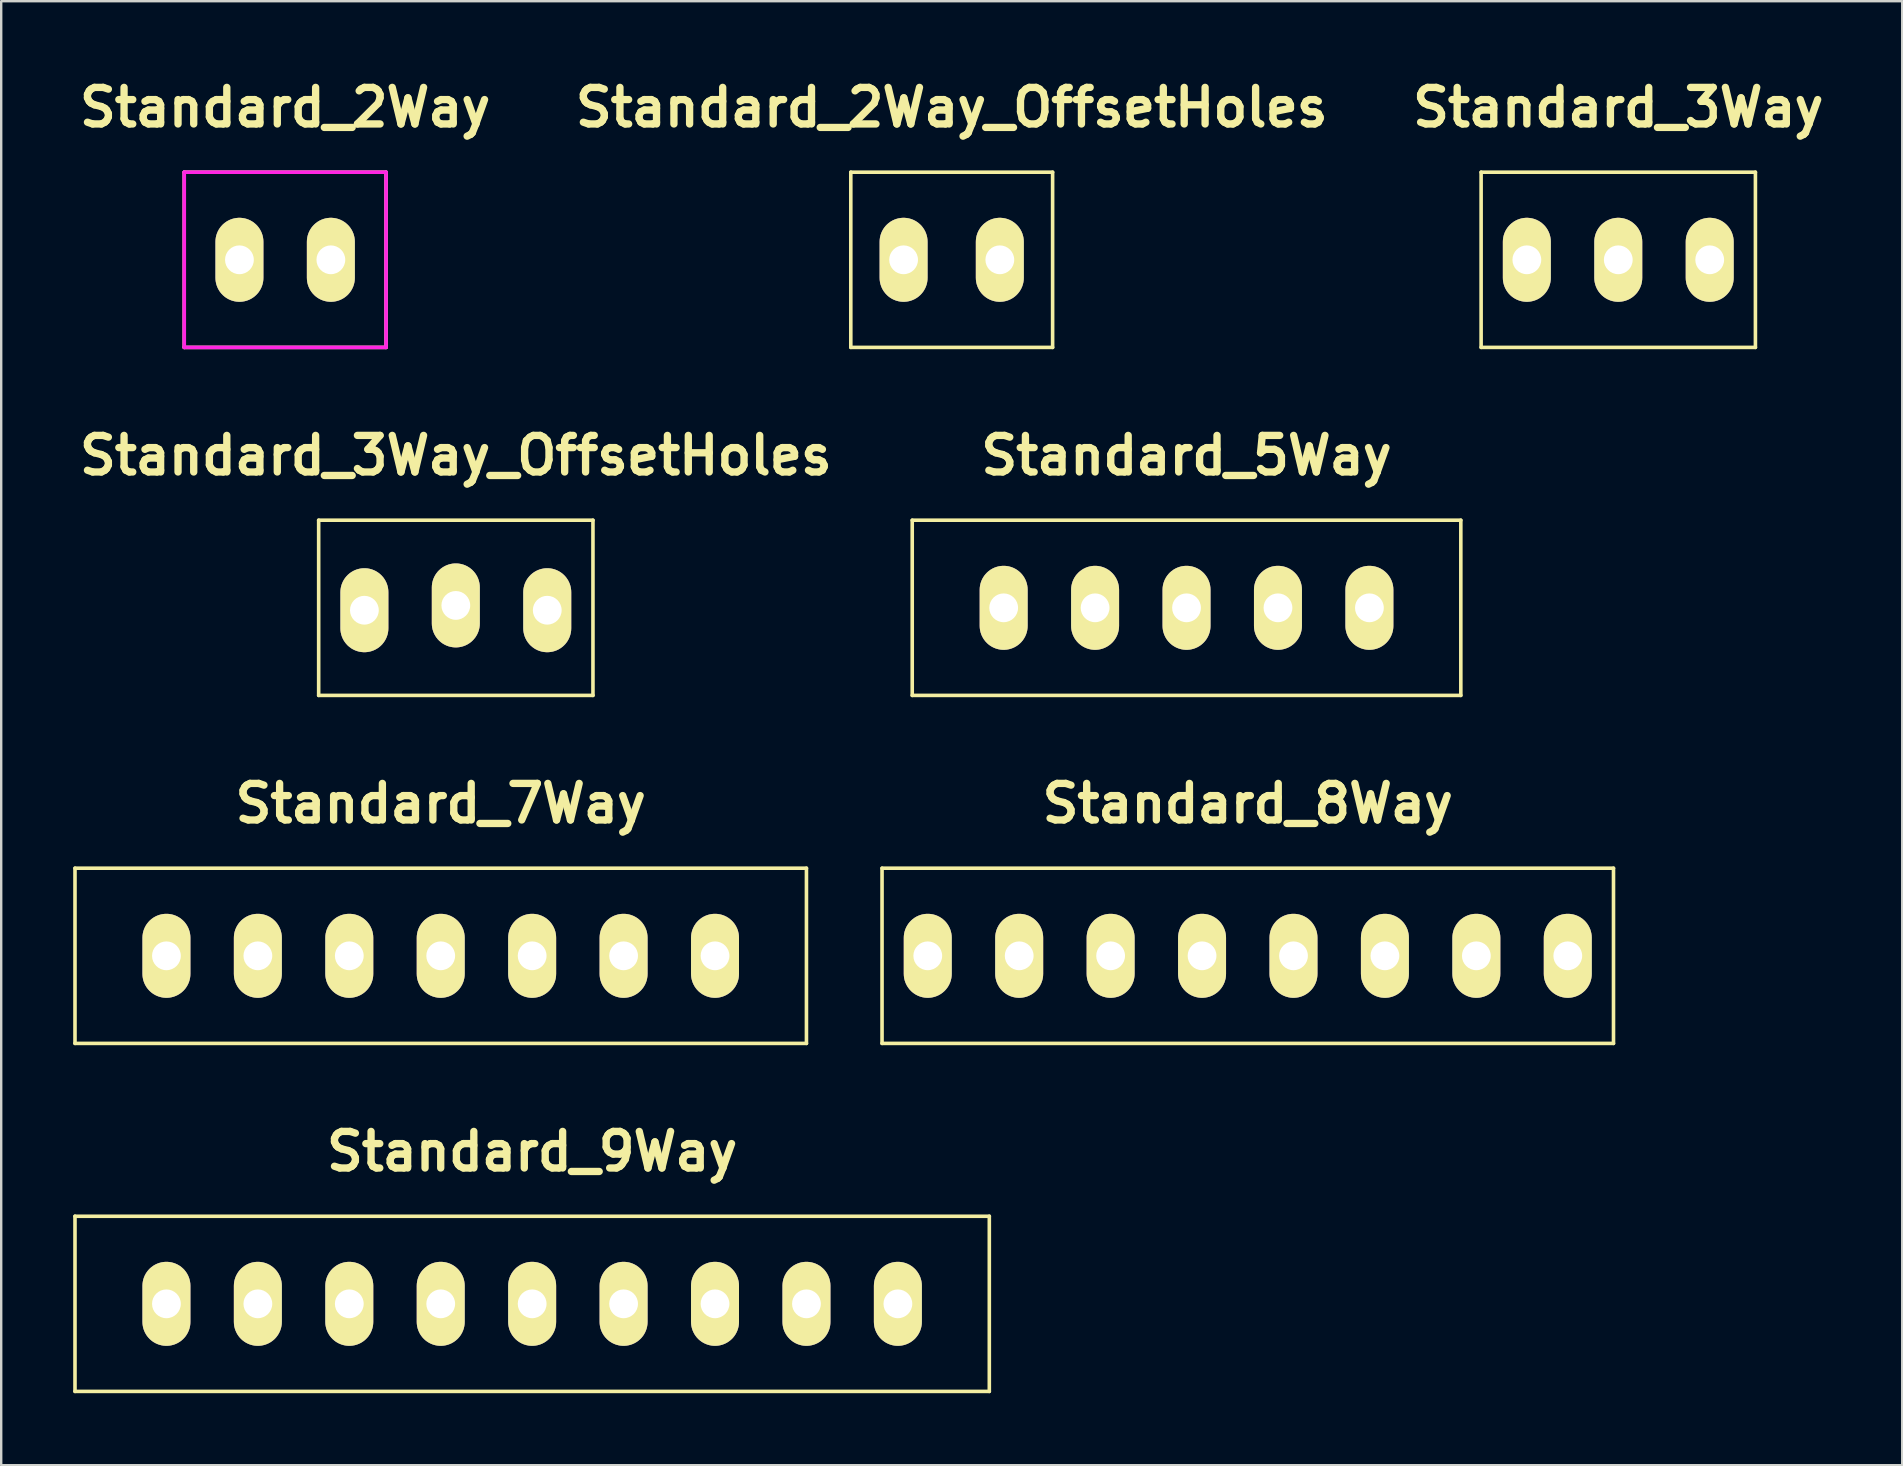
<source format=kicad_pcb>
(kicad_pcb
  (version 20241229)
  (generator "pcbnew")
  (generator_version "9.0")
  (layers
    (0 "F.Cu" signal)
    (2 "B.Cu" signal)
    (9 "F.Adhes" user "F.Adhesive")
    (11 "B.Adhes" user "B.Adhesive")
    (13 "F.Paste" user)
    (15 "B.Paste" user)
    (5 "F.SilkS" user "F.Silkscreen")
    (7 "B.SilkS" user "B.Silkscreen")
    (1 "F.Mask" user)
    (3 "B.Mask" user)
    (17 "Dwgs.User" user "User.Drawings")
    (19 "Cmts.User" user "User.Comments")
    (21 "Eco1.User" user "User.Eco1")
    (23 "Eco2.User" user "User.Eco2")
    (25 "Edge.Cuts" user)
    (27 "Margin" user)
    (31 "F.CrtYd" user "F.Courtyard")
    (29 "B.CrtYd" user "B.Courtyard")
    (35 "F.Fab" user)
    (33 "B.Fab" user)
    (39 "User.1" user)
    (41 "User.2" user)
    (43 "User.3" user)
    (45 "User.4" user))
  (footprint "Standard_7Way"
    (layer "F.Cu")
    (at 15.315 36.779)
    (property "Reference" "Standard_7Way" (at 0 -6.35 180) (layer "F.SilkS") (effects (font (size 1.524 1.524) (thickness 0.305))))
    (attr through_hole)
    (fp_line (start -15.24 -3.65) (end -15.24 3.65) (stroke (width 0.15) (type solid)) (layer "F.SilkS"))
    (fp_line (start -15.24 -3.65) (end 15.24 -3.65) (stroke (width 0.15) (type solid)) (layer "F.SilkS"))
    (fp_line (start -15.24 3.65) (end 15.24 3.65) (stroke (width 0.15) (type solid)) (layer "F.SilkS"))
    (fp_line (start 15.24 3.65) (end 15.24 -3.65) (stroke (width 0.15) (type solid)) (layer "F.SilkS"))
    (pad "1" thru_hole oval (at -11.43 0) (size 1.999 3.5) (drill 1.199) (layers "*.Cu" "*.Mask" "F.SilkS"))
    (pad "2" thru_hole oval (at -7.62 0) (size 1.999 3.5) (drill 1.199) (layers "*.Cu" "*.Mask" "F.SilkS"))
    (pad "3" thru_hole oval (at -3.81 0) (size 1.999 3.5) (drill 1.199) (layers "*.Cu" "*.Mask" "F.SilkS"))
    (pad "4" thru_hole oval (at 0 0) (size 1.999 3.5) (drill 1.199) (layers "*.Cu" "*.Mask" "F.SilkS"))
    (pad "5" thru_hole oval (at 3.81 0) (size 1.999 3.5) (drill 1.199) (layers "*.Cu" "*.Mask" "F.SilkS"))
    (pad "6" thru_hole oval (at 7.62 0) (size 1.999 3.5) (drill 1.199) (layers "*.Cu" "*.Mask" "F.SilkS"))
    (pad "7" thru_hole oval (at 11.43 0) (size 1.999 3.5) (drill 1.199) (layers "*.Cu" "*.Mask" "F.SilkS")))
  (footprint "Standard_8Way"
    (layer "F.Cu")
    (at 48.945 36.779)
    (property "Reference" "Standard_8Way" (at 0 -6.35 180) (layer "F.SilkS") (effects (font (size 1.524 1.524) (thickness 0.305))))
    (attr through_hole)
    (fp_line (start -15.24 -3.65) (end -15.24 3.65) (stroke (width 0.15) (type solid)) (layer "F.SilkS"))
    (fp_line (start -15.24 3.65) (end 15.24 3.65) (stroke (width 0.15) (type solid)) (layer "F.SilkS"))
    (fp_line (start 15.24 -3.65) (end -15.24 -3.65) (stroke (width 0.15) (type solid)) (layer "F.SilkS"))
    (fp_line (start 15.24 3.65) (end 15.24 -3.65) (stroke (width 0.15) (type solid)) (layer "F.SilkS"))
    (pad "1" thru_hole oval (at -13.335 0) (size 1.999 3.5) (drill 1.199) (layers "*.Cu" "*.Mask" "F.SilkS"))
    (pad "2" thru_hole oval (at -9.525 0) (size 1.999 3.5) (drill 1.199) (layers "*.Cu" "*.Mask" "F.SilkS"))
    (pad "3" thru_hole oval (at -5.715 0) (size 1.999 3.5) (drill 1.199) (layers "*.Cu" "*.Mask" "F.SilkS"))
    (pad "4" thru_hole oval (at -1.905 0) (size 1.999 3.5) (drill 1.199) (layers "*.Cu" "*.Mask" "F.SilkS"))
    (pad "5" thru_hole oval (at 1.905 0) (size 1.999 3.5) (drill 1.199) (layers "*.Cu" "*.Mask" "F.SilkS"))
    (pad "6" thru_hole oval (at 5.715 0) (size 1.999 3.5) (drill 1.199) (layers "*.Cu" "*.Mask" "F.SilkS"))
    (pad "7" thru_hole oval (at 9.525 0) (size 1.999 3.5) (drill 1.199) (layers "*.Cu" "*.Mask" "F.SilkS"))
    (pad "8" thru_hole oval (at 13.335 0) (size 1.999 3.5) (drill 1.199) (layers "*.Cu" "*.Mask" "F.SilkS")))
  (footprint "Standard_3Way_OffsetHoles"
    (layer "F.Cu")
    (at 15.944 22.278)
    (property "Reference" "Standard_3Way_OffsetHoles" (at 0 -6.35 180) (layer "F.SilkS") (effects (font (size 1.524 1.524) (thickness 0.305))))
    (attr through_hole)
    (fp_line (start -5.715 -3.65) (end -5.715 3.65) (stroke (width 0.15) (type solid)) (layer "F.SilkS"))
    (fp_line (start -5.715 3.65) (end 5.715 3.65) (stroke (width 0.15) (type solid)) (layer "F.SilkS"))
    (fp_line (start 5.715 -3.65) (end -5.715 -3.65) (stroke (width 0.15) (type solid)) (layer "F.SilkS"))
    (fp_line (start 5.715 3.65) (end 5.715 -3.65) (stroke (width 0.15) (type solid)) (layer "F.SilkS"))
    (pad "1" thru_hole oval (at -3.81 0.1) (size 2 3.5) (drill 1.199) (layers "*.Cu" "*.Mask" "F.SilkS"))
    (pad "2" thru_hole oval (at 0 -0.1) (size 2 3.5) (drill 1.199) (layers "*.Cu" "*.Mask" "F.SilkS"))
    (pad "3" thru_hole oval (at 3.81 0.1) (size 2 3.5) (drill 1.199) (layers "*.Cu" "*.Mask" "F.SilkS")))
  (footprint "Standard_9Way"
    (layer "F.Cu")
    (at 19.125 51.281)
    (property "Reference" "Standard_9Way" (at 0 -6.35 180) (layer "F.SilkS") (effects (font (size 1.524 1.524) (thickness 0.305))))
    (attr through_hole)
    (fp_line (start -19.05 -3.65) (end -19.05 3.65) (stroke (width 0.15) (type solid)) (layer "F.SilkS"))
    (fp_line (start -19.05 -3.65) (end 19.05 -3.65) (stroke (width 0.15) (type solid)) (layer "F.SilkS"))
    (fp_line (start -19.05 3.65) (end 19.05 3.65) (stroke (width 0.15) (type solid)) (layer "F.SilkS"))
    (fp_line (start 19.05 3.65) (end 19.05 -3.65) (stroke (width 0.15) (type solid)) (layer "F.SilkS"))
    (pad "1" thru_hole oval (at -15.24 0) (size 1.999 3.5) (drill 1.199) (layers "*.Cu" "*.Mask" "F.SilkS"))
    (pad "2" thru_hole oval (at -11.43 0) (size 1.999 3.5) (drill 1.199) (layers "*.Cu" "*.Mask" "F.SilkS"))
    (pad "3" thru_hole oval (at -7.62 0) (size 1.999 3.5) (drill 1.199) (layers "*.Cu" "*.Mask" "F.SilkS"))
    (pad "4" thru_hole oval (at -3.81 0) (size 1.999 3.5) (drill 1.199) (layers "*.Cu" "*.Mask" "F.SilkS"))
    (pad "5" thru_hole oval (at 0 0) (size 1.999 3.5) (drill 1.199) (layers "*.Cu" "*.Mask" "F.SilkS"))
    (pad "6" thru_hole oval (at 3.81 0) (size 1.999 3.5) (drill 1.199) (layers "*.Cu" "*.Mask" "F.SilkS"))
    (pad "7" thru_hole oval (at 7.62 0) (size 1.999 3.5) (drill 1.199) (layers "*.Cu" "*.Mask" "F.SilkS"))
    (pad "8" thru_hole oval (at 11.43 0) (size 1.999 3.5) (drill 1.199) (layers "*.Cu" "*.Mask" "F.SilkS"))
    (pad "9" thru_hole oval (at 15.24 0) (size 1.999 3.5) (drill 1.199) (layers "*.Cu" "*.Mask" "F.SilkS")))
  (footprint "Standard_3Way"
    (layer "F.Cu")
    (at 64.384 7.776)
    (property "Reference" "Standard_3Way" (at 0 -6.35 180) (layer "F.SilkS") (effects (font (size 1.524 1.524) (thickness 0.305))))
    (attr through_hole)
    (fp_line (start -5.715 -3.65) (end -5.715 3.65) (stroke (width 0.15) (type solid)) (layer "F.SilkS"))
    (fp_line (start -5.715 3.65) (end 5.715 3.65) (stroke (width 0.15) (type solid)) (layer "F.SilkS"))
    (fp_line (start 5.715 -3.65) (end -5.715 -3.65) (stroke (width 0.15) (type solid)) (layer "F.SilkS"))
    (fp_line (start 5.715 3.65) (end 5.715 -3.65) (stroke (width 0.15) (type solid)) (layer "F.SilkS"))
    (pad "1" thru_hole oval (at -3.81 0) (size 1.999 3.5) (drill 1.199) (layers "*.Cu" "*.Mask" "F.SilkS"))
    (pad "2" thru_hole oval (at 0 0) (size 1.999 3.5) (drill 1.199) (layers "*.Cu" "*.Mask" "F.SilkS"))
    (pad "3" thru_hole oval (at 3.81 0) (size 1.999 3.5) (drill 1.199) (layers "*.Cu" "*.Mask" "F.SilkS")))
  (footprint "Standard_5Way"
    (layer "F.Cu")
    (at 46.393 22.278)
    (property "Reference" "Standard_5Way" (at 0 -6.35 180) (layer "F.SilkS") (effects (font (size 1.524 1.524) (thickness 0.305))))
    (attr through_hole)
    (fp_line (start -11.43 -3.65) (end -11.43 3.65) (stroke (width 0.15) (type solid)) (layer "F.SilkS"))
    (fp_line (start -11.43 -3.65) (end 11.43 -3.65) (stroke (width 0.15) (type solid)) (layer "F.SilkS"))
    (fp_line (start -11.43 3.65) (end 11.43 3.65) (stroke (width 0.15) (type solid)) (layer "F.SilkS"))
    (fp_line (start 11.43 3.65) (end 11.43 -3.65) (stroke (width 0.15) (type solid)) (layer "F.SilkS"))
    (pad "1" thru_hole oval (at -7.62 0) (size 1.999 3.5) (drill 1.199) (layers "*.Cu" "*.Mask" "F.SilkS"))
    (pad "2" thru_hole oval (at -3.81 0) (size 1.999 3.5) (drill 1.199) (layers "*.Cu" "*.Mask" "F.SilkS"))
    (pad "3" thru_hole oval (at 0 0) (size 1.999 3.5) (drill 1.199) (layers "*.Cu" "*.Mask" "F.SilkS"))
    (pad "4" thru_hole oval (at 3.81 0) (size 1.999 3.5) (drill 1.199) (layers "*.Cu" "*.Mask" "F.SilkS"))
    (pad "5" thru_hole oval (at 7.62 0) (size 1.999 3.5) (drill 1.199) (layers "*.Cu" "*.Mask" "F.SilkS")))
  (footprint "Standard_2Way_OffsetHoles"
    (layer "F.Cu")
    (at 36.608 7.776)
    (property "Reference" "Standard_2Way_OffsetHoles" (at 0 -6.35 180) (layer "F.SilkS") (effects (font (size 1.524 1.524) (thickness 0.305))))
    (attr through_hole)
    (fp_line (start -4.205 -3.65) (end -4.205 3.65) (stroke (width 0.15) (type solid)) (layer "F.SilkS"))
    (fp_line (start -4.205 3.65) (end 4.205 3.65) (stroke (width 0.15) (type solid)) (layer "F.SilkS"))
    (fp_line (start 4.205 -3.65) (end -4.205 -3.65) (stroke (width 0.15) (type solid)) (layer "F.SilkS"))
    (fp_line (start 4.205 3.65) (end 4.205 -3.65) (stroke (width 0.15) (type solid)) (layer "F.SilkS"))
    (pad "1" thru_hole oval (at -2.005 0) (size 1.999 3.5) (drill 1.199) (layers "*.Cu" "*.Mask" "F.SilkS"))
    (pad "2" thru_hole oval (at 2.005 0) (size 1.999 3.5) (drill 1.199) (layers "*.Cu" "*.Mask" "F.SilkS")))
  (footprint "Standard_2Way"
    (layer "F.Cu")
    (at 8.832 7.776)
    (property "Reference" "Standard_2Way" (at 0 -6.35 180) (layer "F.SilkS") (effects (font (size 1.524 1.524) (thickness 0.305))))
    (attr through_hole)
    (fp_line (start -4.205 -3.65) (end -4.205 3.65) (stroke (width 0.15) (type solid)) (layer "F.SilkS"))
    (fp_line (start -4.205 3.65) (end 4.205 3.65) (stroke (width 0.15) (type solid)) (layer "F.SilkS"))
    (fp_line (start 4.205 -3.65) (end -4.205 -3.65) (stroke (width 0.15) (type solid)) (layer "F.SilkS"))
    (fp_line (start 4.205 3.65) (end 4.205 -3.65) (stroke (width 0.15) (type solid)) (layer "F.SilkS"))
    (fp_line (start -4.205 -3.65) (end -4.205 3.65) (stroke (width 0.15) (type solid)) (layer "F.CrtYd"))
    (fp_line (start -4.205 3.65) (end 4.205 3.65) (stroke (width 0.15) (type solid)) (layer "F.CrtYd"))
    (fp_line (start 4.205 -3.65) (end -4.205 -3.65) (stroke (width 0.15) (type solid)) (layer "F.CrtYd"))
    (fp_line (start 4.205 3.65) (end 4.205 -3.65) (stroke (width 0.15) (type solid)) (layer "F.CrtYd"))
    (pad "1" thru_hole oval (at -1.905 0) (size 1.999 3.5) (drill 1.199) (layers "*.Cu" "*.Mask" "F.SilkS"))
    (pad "2" thru_hole oval (at 1.905 0) (size 1.999 3.5) (drill 1.199) (layers "*.Cu" "*.Mask" "F.SilkS")))
  (gr_rect
    (start -3 -3)
    (end 76.216 58.006)
    (stroke (width 0.1) (type default))
    (fill no)
    (layer "Edge.Cuts")))
</source>
